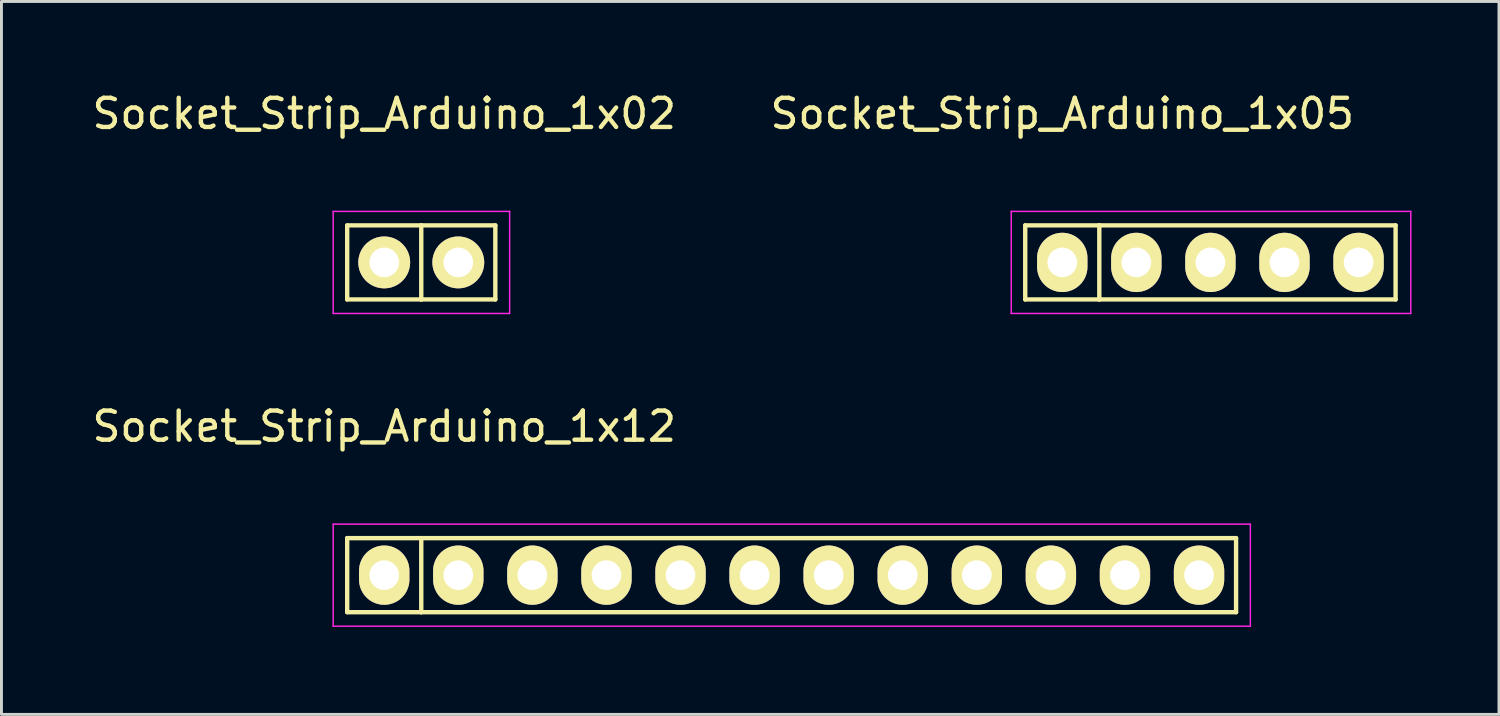
<source format=kicad_pcb>
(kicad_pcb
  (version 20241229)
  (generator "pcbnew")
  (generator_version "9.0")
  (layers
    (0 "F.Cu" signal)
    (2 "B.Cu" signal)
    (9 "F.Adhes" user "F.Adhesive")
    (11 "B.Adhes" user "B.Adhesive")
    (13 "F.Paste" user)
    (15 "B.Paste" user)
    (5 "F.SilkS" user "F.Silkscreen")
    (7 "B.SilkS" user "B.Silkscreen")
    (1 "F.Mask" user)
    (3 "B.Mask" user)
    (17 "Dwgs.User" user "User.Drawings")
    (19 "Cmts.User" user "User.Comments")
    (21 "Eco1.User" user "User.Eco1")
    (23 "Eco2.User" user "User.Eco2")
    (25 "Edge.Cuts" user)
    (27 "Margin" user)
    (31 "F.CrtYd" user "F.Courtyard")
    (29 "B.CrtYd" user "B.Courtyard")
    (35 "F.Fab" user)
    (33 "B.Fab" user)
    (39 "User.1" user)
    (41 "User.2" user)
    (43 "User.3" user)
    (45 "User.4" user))
  (footprint "Socket_Strip_Arduino_1x02"
    (layer "F.Cu")
    (at 10.125 5.948)
    (property "Reference" "Socket_Strip_Arduino_1x02" (at 0 -5.1 0) (layer "F.SilkS") (effects (font (size 1 1) (thickness 0.15))))
    (attr through_hole)
    (fp_line (start -1.27 -1.27) (end -1.27 1.27) (stroke (width 0.15) (type solid)) (layer "F.SilkS"))
    (fp_line (start -1.27 1.27) (end 1.27 1.27) (stroke (width 0.15) (type solid)) (layer "F.SilkS"))
    (fp_line (start 1.27 -1.27) (end -1.27 -1.27) (stroke (width 0.15) (type solid)) (layer "F.SilkS"))
    (fp_line (start 1.27 -1.27) (end 3.81 -1.27) (stroke (width 0.15) (type solid)) (layer "F.SilkS"))
    (fp_line (start 1.27 1.27) (end 1.27 -1.27) (stroke (width 0.15) (type solid)) (layer "F.SilkS"))
    (fp_line (start 3.81 -1.27) (end 3.81 1.27) (stroke (width 0.15) (type solid)) (layer "F.SilkS"))
    (fp_line (start 3.81 1.27) (end 1.27 1.27) (stroke (width 0.15) (type solid)) (layer "F.SilkS"))
    (fp_line (start -1.75 -1.75) (end -1.75 1.75) (stroke (width 0.05) (type solid)) (layer "F.CrtYd"))
    (fp_line (start -1.75 -1.75) (end 4.3 -1.75) (stroke (width 0.05) (type solid)) (layer "F.CrtYd"))
    (fp_line (start -1.75 1.75) (end 4.3 1.75) (stroke (width 0.05) (type solid)) (layer "F.CrtYd"))
    (fp_line (start 4.3 -1.75) (end 4.3 1.75) (stroke (width 0.05) (type solid)) (layer "F.CrtYd"))
    (pad "1" thru_hole circle (at 0 0) (size 1.778 1.778) (drill 1.016) (layers "*.Cu" "*.Mask" "F.SilkS"))
    (pad "2" thru_hole circle (at 2.54 0) (size 1.778 1.778) (drill 1.016) (layers "*.Cu" "*.Mask" "F.SilkS")))
  (footprint "Socket_Strip_Arduino_1x05"
    (layer "F.Cu")
    (at 33.375 5.948)
    (property "Reference" "Socket_Strip_Arduino_1x05" (at 0 -5.1 0) (layer "F.SilkS") (effects (font (size 1 1) (thickness 0.15))))
    (attr through_hole)
    (fp_line (start -1.27 -1.27) (end -1.27 1.27) (stroke (width 0.15) (type solid)) (layer "F.SilkS"))
    (fp_line (start -1.27 1.27) (end 1.27 1.27) (stroke (width 0.15) (type solid)) (layer "F.SilkS"))
    (fp_line (start 1.27 -1.27) (end -1.27 -1.27) (stroke (width 0.15) (type solid)) (layer "F.SilkS"))
    (fp_line (start 1.27 1.27) (end 1.27 -1.27) (stroke (width 0.15) (type solid)) (layer "F.SilkS"))
    (fp_line (start 1.27 1.27) (end 11.43 1.27) (stroke (width 0.15) (type solid)) (layer "F.SilkS"))
    (fp_line (start 11.43 -1.27) (end 1.27 -1.27) (stroke (width 0.15) (type solid)) (layer "F.SilkS"))
    (fp_line (start 11.43 1.27) (end 11.43 -1.27) (stroke (width 0.15) (type solid)) (layer "F.SilkS"))
    (fp_line (start -1.75 -1.75) (end -1.75 1.75) (stroke (width 0.05) (type solid)) (layer "F.CrtYd"))
    (fp_line (start -1.75 -1.75) (end 11.95 -1.75) (stroke (width 0.05) (type solid)) (layer "F.CrtYd"))
    (fp_line (start -1.75 1.75) (end 11.95 1.75) (stroke (width 0.05) (type solid)) (layer "F.CrtYd"))
    (fp_line (start 11.95 -1.75) (end 11.95 1.75) (stroke (width 0.05) (type solid)) (layer "F.CrtYd"))
    (pad "1" thru_hole oval (at 0 0) (size 1.727 2.032) (drill 1.016) (layers "*.Cu" "*.Mask" "F.SilkS"))
    (pad "2" thru_hole oval (at 2.54 0) (size 1.727 2.032) (drill 1.016) (layers "*.Cu" "*.Mask" "F.SilkS"))
    (pad "3" thru_hole oval (at 5.08 0) (size 1.727 2.032) (drill 1.016) (layers "*.Cu" "*.Mask" "F.SilkS"))
    (pad "4" thru_hole oval (at 7.62 0) (size 1.727 2.032) (drill 1.016) (layers "*.Cu" "*.Mask" "F.SilkS"))
    (pad "5" thru_hole oval (at 10.16 0) (size 1.727 2.032) (drill 1.016) (layers "*.Cu" "*.Mask" "F.SilkS")))
  (footprint "Socket_Strip_Arduino_1x12"
    (layer "F.Cu")
    (at 10.125 16.672)
    (property "Reference" "Socket_Strip_Arduino_1x12" (at 0 -5.1 0) (layer "F.SilkS") (effects (font (size 1 1) (thickness 0.15))))
    (attr through_hole)
    (fp_line (start -1.27 -1.27) (end -1.27 1.27) (stroke (width 0.15) (type solid)) (layer "F.SilkS"))
    (fp_line (start -1.27 1.27) (end 1.27 1.27) (stroke (width 0.15) (type solid)) (layer "F.SilkS"))
    (fp_line (start 1.27 -1.27) (end -1.27 -1.27) (stroke (width 0.15) (type solid)) (layer "F.SilkS"))
    (fp_line (start 1.27 1.27) (end 1.27 -1.27) (stroke (width 0.15) (type solid)) (layer "F.SilkS"))
    (fp_line (start 1.27 1.27) (end 29.21 1.27) (stroke (width 0.15) (type solid)) (layer "F.SilkS"))
    (fp_line (start 29.21 -1.27) (end 1.27 -1.27) (stroke (width 0.15) (type solid)) (layer "F.SilkS"))
    (fp_line (start 29.21 1.27) (end 29.21 -1.27) (stroke (width 0.15) (type solid)) (layer "F.SilkS"))
    (fp_line (start -1.75 -1.75) (end -1.75 1.75) (stroke (width 0.05) (type solid)) (layer "F.CrtYd"))
    (fp_line (start -1.75 -1.75) (end 29.7 -1.75) (stroke (width 0.05) (type solid)) (layer "F.CrtYd"))
    (fp_line (start -1.75 1.75) (end 29.7 1.75) (stroke (width 0.05) (type solid)) (layer "F.CrtYd"))
    (fp_line (start 29.7 -1.75) (end 29.7 1.75) (stroke (width 0.05) (type solid)) (layer "F.CrtYd"))
    (pad "1" thru_hole oval (at 0 0) (size 1.727 2.032) (drill 1.016) (layers "*.Cu" "*.Mask" "F.SilkS"))
    (pad "2" thru_hole oval (at 2.54 0) (size 1.727 2.032) (drill 1.016) (layers "*.Cu" "*.Mask" "F.SilkS"))
    (pad "3" thru_hole oval (at 5.08 0) (size 1.727 2.032) (drill 1.016) (layers "*.Cu" "*.Mask" "F.SilkS"))
    (pad "4" thru_hole oval (at 7.62 0) (size 1.727 2.032) (drill 1.016) (layers "*.Cu" "*.Mask" "F.SilkS"))
    (pad "5" thru_hole oval (at 10.16 0) (size 1.727 2.032) (drill 1.016) (layers "*.Cu" "*.Mask" "F.SilkS"))
    (pad "6" thru_hole oval (at 12.7 0) (size 1.727 2.032) (drill 1.016) (layers "*.Cu" "*.Mask" "F.SilkS"))
    (pad "7" thru_hole oval (at 15.24 0) (size 1.727 2.032) (drill 1.016) (layers "*.Cu" "*.Mask" "F.SilkS"))
    (pad "8" thru_hole oval (at 17.78 0) (size 1.727 2.032) (drill 1.016) (layers "*.Cu" "*.Mask" "F.SilkS"))
    (pad "9" thru_hole oval (at 20.32 0) (size 1.727 2.032) (drill 1.016) (layers "*.Cu" "*.Mask" "F.SilkS"))
    (pad "10" thru_hole oval (at 22.86 0) (size 1.727 2.032) (drill 1.016) (layers "*.Cu" "*.Mask" "F.SilkS"))
    (pad "11" thru_hole oval (at 25.4 0) (size 1.727 2.032) (drill 1.016) (layers "*.Cu" "*.Mask" "F.SilkS"))
    (pad "12" thru_hole oval (at 27.94 0) (size 1.727 2.032) (drill 1.016) (layers "*.Cu" "*.Mask" "F.SilkS")))
  (gr_rect
    (start -3 -3)
    (end 48.35 21.447)
    (stroke (width 0.1) (type default))
    (fill no)
    (layer "Edge.Cuts")))
</source>
